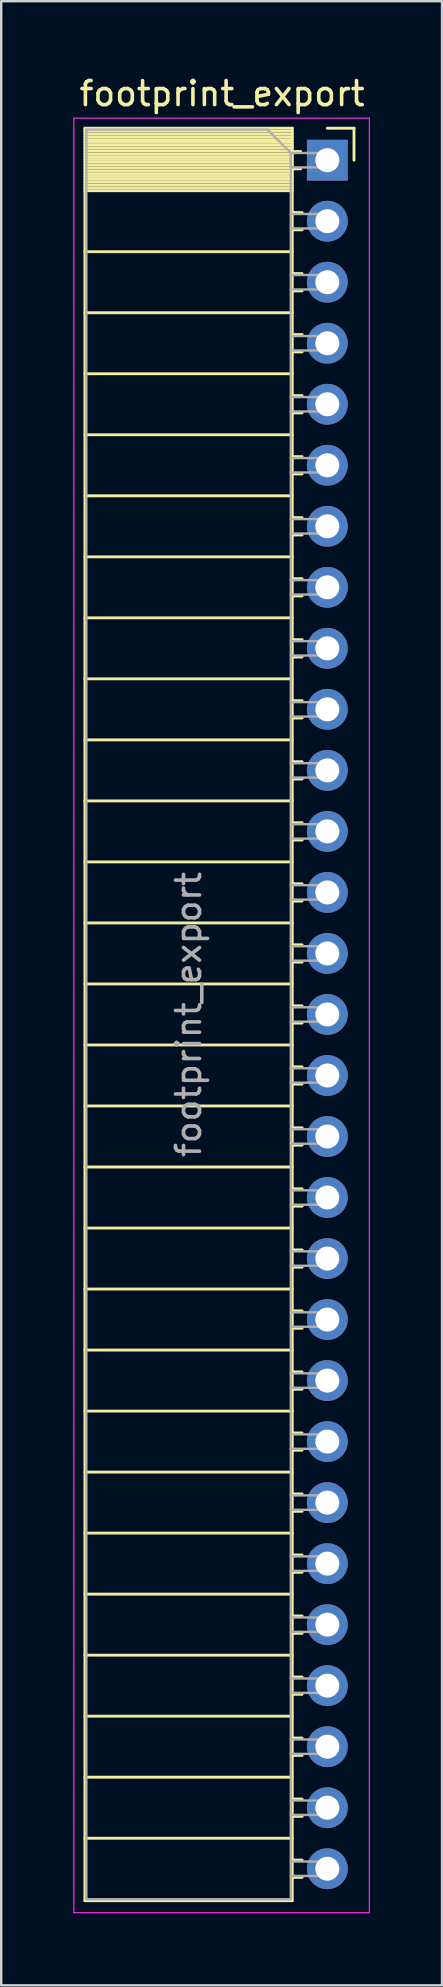
<source format=kicad_pcb>
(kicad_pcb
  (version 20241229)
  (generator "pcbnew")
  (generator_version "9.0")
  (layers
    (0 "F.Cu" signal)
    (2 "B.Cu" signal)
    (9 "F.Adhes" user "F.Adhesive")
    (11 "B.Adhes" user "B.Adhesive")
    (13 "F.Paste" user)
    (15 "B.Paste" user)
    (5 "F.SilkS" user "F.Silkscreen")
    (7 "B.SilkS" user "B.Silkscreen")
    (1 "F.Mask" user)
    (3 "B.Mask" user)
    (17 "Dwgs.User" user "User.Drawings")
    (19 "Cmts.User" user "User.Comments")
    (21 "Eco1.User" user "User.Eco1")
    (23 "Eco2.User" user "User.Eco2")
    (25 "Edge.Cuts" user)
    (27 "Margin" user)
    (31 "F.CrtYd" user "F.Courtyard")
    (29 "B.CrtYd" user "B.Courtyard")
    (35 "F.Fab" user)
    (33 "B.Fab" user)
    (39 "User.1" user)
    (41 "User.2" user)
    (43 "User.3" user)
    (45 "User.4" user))
  (footprint "footprint_export"
    (layer "F.Cu")
    (at 10.575 3.618)
    (property "Reference" "footprint_export" (at -4.38 -2.77 0) (layer "F.SilkS") (effects (font (size 1 1) (thickness 0.15))))
    (attr through_hole)
    (fp_line (start -10.09 -1.33) (end -10.09 72.45) (stroke (width 0.12) (type solid)) (layer "F.SilkS"))
    (fp_line (start -10.09 -1.33) (end -1.46 -1.33) (stroke (width 0.12) (type solid)) (layer "F.SilkS"))
    (fp_line (start -10.09 -1.21) (end -1.46 -1.21) (stroke (width 0.12) (type solid)) (layer "F.SilkS"))
    (fp_line (start -10.09 -1.092) (end -1.46 -1.092) (stroke (width 0.12) (type solid)) (layer "F.SilkS"))
    (fp_line (start -10.09 -0.974) (end -1.46 -0.974) (stroke (width 0.12) (type solid)) (layer "F.SilkS"))
    (fp_line (start -10.09 -0.856) (end -1.46 -0.856) (stroke (width 0.12) (type solid)) (layer "F.SilkS"))
    (fp_line (start -10.09 -0.738) (end -1.46 -0.738) (stroke (width 0.12) (type solid)) (layer "F.SilkS"))
    (fp_line (start -10.09 -0.62) (end -1.46 -0.62) (stroke (width 0.12) (type solid)) (layer "F.SilkS"))
    (fp_line (start -10.09 -0.501) (end -1.46 -0.501) (stroke (width 0.12) (type solid)) (layer "F.SilkS"))
    (fp_line (start -10.09 -0.383) (end -1.46 -0.383) (stroke (width 0.12) (type solid)) (layer "F.SilkS"))
    (fp_line (start -10.09 -0.265) (end -1.46 -0.265) (stroke (width 0.12) (type solid)) (layer "F.SilkS"))
    (fp_line (start -10.09 -0.147) (end -1.46 -0.147) (stroke (width 0.12) (type solid)) (layer "F.SilkS"))
    (fp_line (start -10.09 -0.029) (end -1.46 -0.029) (stroke (width 0.12) (type solid)) (layer "F.SilkS"))
    (fp_line (start -10.09 0.089) (end -1.46 0.089) (stroke (width 0.12) (type solid)) (layer "F.SilkS"))
    (fp_line (start -10.09 0.207) (end -1.46 0.207) (stroke (width 0.12) (type solid)) (layer "F.SilkS"))
    (fp_line (start -10.09 0.325) (end -1.46 0.325) (stroke (width 0.12) (type solid)) (layer "F.SilkS"))
    (fp_line (start -10.09 0.443) (end -1.46 0.443) (stroke (width 0.12) (type solid)) (layer "F.SilkS"))
    (fp_line (start -10.09 0.561) (end -1.46 0.561) (stroke (width 0.12) (type solid)) (layer "F.SilkS"))
    (fp_line (start -10.09 0.68) (end -1.46 0.68) (stroke (width 0.12) (type solid)) (layer "F.SilkS"))
    (fp_line (start -10.09 0.798) (end -1.46 0.798) (stroke (width 0.12) (type solid)) (layer "F.SilkS"))
    (fp_line (start -10.09 0.916) (end -1.46 0.916) (stroke (width 0.12) (type solid)) (layer "F.SilkS"))
    (fp_line (start -10.09 1.034) (end -1.46 1.034) (stroke (width 0.12) (type solid)) (layer "F.SilkS"))
    (fp_line (start -10.09 1.152) (end -1.46 1.152) (stroke (width 0.12) (type solid)) (layer "F.SilkS"))
    (fp_line (start -10.09 1.27) (end -1.46 1.27) (stroke (width 0.12) (type solid)) (layer "F.SilkS"))
    (fp_line (start -10.09 3.81) (end -1.46 3.81) (stroke (width 0.12) (type solid)) (layer "F.SilkS"))
    (fp_line (start -10.09 6.35) (end -1.46 6.35) (stroke (width 0.12) (type solid)) (layer "F.SilkS"))
    (fp_line (start -10.09 8.89) (end -1.46 8.89) (stroke (width 0.12) (type solid)) (layer "F.SilkS"))
    (fp_line (start -10.09 11.43) (end -1.46 11.43) (stroke (width 0.12) (type solid)) (layer "F.SilkS"))
    (fp_line (start -10.09 13.97) (end -1.46 13.97) (stroke (width 0.12) (type solid)) (layer "F.SilkS"))
    (fp_line (start -10.09 16.51) (end -1.46 16.51) (stroke (width 0.12) (type solid)) (layer "F.SilkS"))
    (fp_line (start -10.09 19.05) (end -1.46 19.05) (stroke (width 0.12) (type solid)) (layer "F.SilkS"))
    (fp_line (start -10.09 21.59) (end -1.46 21.59) (stroke (width 0.12) (type solid)) (layer "F.SilkS"))
    (fp_line (start -10.09 24.13) (end -1.46 24.13) (stroke (width 0.12) (type solid)) (layer "F.SilkS"))
    (fp_line (start -10.09 26.67) (end -1.46 26.67) (stroke (width 0.12) (type solid)) (layer "F.SilkS"))
    (fp_line (start -10.09 29.21) (end -1.46 29.21) (stroke (width 0.12) (type solid)) (layer "F.SilkS"))
    (fp_line (start -10.09 31.75) (end -1.46 31.75) (stroke (width 0.12) (type solid)) (layer "F.SilkS"))
    (fp_line (start -10.09 34.29) (end -1.46 34.29) (stroke (width 0.12) (type solid)) (layer "F.SilkS"))
    (fp_line (start -10.09 36.83) (end -1.46 36.83) (stroke (width 0.12) (type solid)) (layer "F.SilkS"))
    (fp_line (start -10.09 39.37) (end -1.46 39.37) (stroke (width 0.12) (type solid)) (layer "F.SilkS"))
    (fp_line (start -10.09 41.91) (end -1.46 41.91) (stroke (width 0.12) (type solid)) (layer "F.SilkS"))
    (fp_line (start -10.09 44.45) (end -1.46 44.45) (stroke (width 0.12) (type solid)) (layer "F.SilkS"))
    (fp_line (start -10.09 46.99) (end -1.46 46.99) (stroke (width 0.12) (type solid)) (layer "F.SilkS"))
    (fp_line (start -10.09 49.53) (end -1.46 49.53) (stroke (width 0.12) (type solid)) (layer "F.SilkS"))
    (fp_line (start -10.09 52.07) (end -1.46 52.07) (stroke (width 0.12) (type solid)) (layer "F.SilkS"))
    (fp_line (start -10.09 54.61) (end -1.46 54.61) (stroke (width 0.12) (type solid)) (layer "F.SilkS"))
    (fp_line (start -10.09 57.15) (end -1.46 57.15) (stroke (width 0.12) (type solid)) (layer "F.SilkS"))
    (fp_line (start -10.09 59.69) (end -1.46 59.69) (stroke (width 0.12) (type solid)) (layer "F.SilkS"))
    (fp_line (start -10.09 62.23) (end -1.46 62.23) (stroke (width 0.12) (type solid)) (layer "F.SilkS"))
    (fp_line (start -10.09 64.77) (end -1.46 64.77) (stroke (width 0.12) (type solid)) (layer "F.SilkS"))
    (fp_line (start -10.09 67.31) (end -1.46 67.31) (stroke (width 0.12) (type solid)) (layer "F.SilkS"))
    (fp_line (start -10.09 69.85) (end -1.46 69.85) (stroke (width 0.12) (type solid)) (layer "F.SilkS"))
    (fp_line (start -10.09 72.45) (end -1.46 72.45) (stroke (width 0.12) (type solid)) (layer "F.SilkS"))
    (fp_line (start -1.46 -1.33) (end -1.46 72.45) (stroke (width 0.12) (type solid)) (layer "F.SilkS"))
    (fp_line (start -1.46 -0.36) (end -1.11 -0.36) (stroke (width 0.12) (type solid)) (layer "F.SilkS"))
    (fp_line (start -1.46 0.36) (end -1.11 0.36) (stroke (width 0.12) (type solid)) (layer "F.SilkS"))
    (fp_line (start -1.46 2.18) (end -1.05 2.18) (stroke (width 0.12) (type solid)) (layer "F.SilkS"))
    (fp_line (start -1.46 2.9) (end -1.05 2.9) (stroke (width 0.12) (type solid)) (layer "F.SilkS"))
    (fp_line (start -1.46 4.72) (end -1.05 4.72) (stroke (width 0.12) (type solid)) (layer "F.SilkS"))
    (fp_line (start -1.46 5.44) (end -1.05 5.44) (stroke (width 0.12) (type solid)) (layer "F.SilkS"))
    (fp_line (start -1.46 7.26) (end -1.05 7.26) (stroke (width 0.12) (type solid)) (layer "F.SilkS"))
    (fp_line (start -1.46 7.98) (end -1.05 7.98) (stroke (width 0.12) (type solid)) (layer "F.SilkS"))
    (fp_line (start -1.46 9.8) (end -1.05 9.8) (stroke (width 0.12) (type solid)) (layer "F.SilkS"))
    (fp_line (start -1.46 10.52) (end -1.05 10.52) (stroke (width 0.12) (type solid)) (layer "F.SilkS"))
    (fp_line (start -1.46 12.34) (end -1.05 12.34) (stroke (width 0.12) (type solid)) (layer "F.SilkS"))
    (fp_line (start -1.46 13.06) (end -1.05 13.06) (stroke (width 0.12) (type solid)) (layer "F.SilkS"))
    (fp_line (start -1.46 14.88) (end -1.05 14.88) (stroke (width 0.12) (type solid)) (layer "F.SilkS"))
    (fp_line (start -1.46 15.6) (end -1.05 15.6) (stroke (width 0.12) (type solid)) (layer "F.SilkS"))
    (fp_line (start -1.46 17.42) (end -1.05 17.42) (stroke (width 0.12) (type solid)) (layer "F.SilkS"))
    (fp_line (start -1.46 18.14) (end -1.05 18.14) (stroke (width 0.12) (type solid)) (layer "F.SilkS"))
    (fp_line (start -1.46 19.96) (end -1.05 19.96) (stroke (width 0.12) (type solid)) (layer "F.SilkS"))
    (fp_line (start -1.46 20.68) (end -1.05 20.68) (stroke (width 0.12) (type solid)) (layer "F.SilkS"))
    (fp_line (start -1.46 22.5) (end -1.05 22.5) (stroke (width 0.12) (type solid)) (layer "F.SilkS"))
    (fp_line (start -1.46 23.22) (end -1.05 23.22) (stroke (width 0.12) (type solid)) (layer "F.SilkS"))
    (fp_line (start -1.46 25.04) (end -1.05 25.04) (stroke (width 0.12) (type solid)) (layer "F.SilkS"))
    (fp_line (start -1.46 25.76) (end -1.05 25.76) (stroke (width 0.12) (type solid)) (layer "F.SilkS"))
    (fp_line (start -1.46 27.58) (end -1.05 27.58) (stroke (width 0.12) (type solid)) (layer "F.SilkS"))
    (fp_line (start -1.46 28.3) (end -1.05 28.3) (stroke (width 0.12) (type solid)) (layer "F.SilkS"))
    (fp_line (start -1.46 30.12) (end -1.05 30.12) (stroke (width 0.12) (type solid)) (layer "F.SilkS"))
    (fp_line (start -1.46 30.84) (end -1.05 30.84) (stroke (width 0.12) (type solid)) (layer "F.SilkS"))
    (fp_line (start -1.46 32.66) (end -1.05 32.66) (stroke (width 0.12) (type solid)) (layer "F.SilkS"))
    (fp_line (start -1.46 33.38) (end -1.05 33.38) (stroke (width 0.12) (type solid)) (layer "F.SilkS"))
    (fp_line (start -1.46 35.2) (end -1.05 35.2) (stroke (width 0.12) (type solid)) (layer "F.SilkS"))
    (fp_line (start -1.46 35.92) (end -1.05 35.92) (stroke (width 0.12) (type solid)) (layer "F.SilkS"))
    (fp_line (start -1.46 37.74) (end -1.05 37.74) (stroke (width 0.12) (type solid)) (layer "F.SilkS"))
    (fp_line (start -1.46 38.46) (end -1.05 38.46) (stroke (width 0.12) (type solid)) (layer "F.SilkS"))
    (fp_line (start -1.46 40.28) (end -1.05 40.28) (stroke (width 0.12) (type solid)) (layer "F.SilkS"))
    (fp_line (start -1.46 41) (end -1.05 41) (stroke (width 0.12) (type solid)) (layer "F.SilkS"))
    (fp_line (start -1.46 42.82) (end -1.05 42.82) (stroke (width 0.12) (type solid)) (layer "F.SilkS"))
    (fp_line (start -1.46 43.54) (end -1.05 43.54) (stroke (width 0.12) (type solid)) (layer "F.SilkS"))
    (fp_line (start -1.46 45.36) (end -1.05 45.36) (stroke (width 0.12) (type solid)) (layer "F.SilkS"))
    (fp_line (start -1.46 46.08) (end -1.05 46.08) (stroke (width 0.12) (type solid)) (layer "F.SilkS"))
    (fp_line (start -1.46 47.9) (end -1.05 47.9) (stroke (width 0.12) (type solid)) (layer "F.SilkS"))
    (fp_line (start -1.46 48.62) (end -1.05 48.62) (stroke (width 0.12) (type solid)) (layer "F.SilkS"))
    (fp_line (start -1.46 50.44) (end -1.05 50.44) (stroke (width 0.12) (type solid)) (layer "F.SilkS"))
    (fp_line (start -1.46 51.16) (end -1.05 51.16) (stroke (width 0.12) (type solid)) (layer "F.SilkS"))
    (fp_line (start -1.46 52.98) (end -1.05 52.98) (stroke (width 0.12) (type solid)) (layer "F.SilkS"))
    (fp_line (start -1.46 53.7) (end -1.05 53.7) (stroke (width 0.12) (type solid)) (layer "F.SilkS"))
    (fp_line (start -1.46 55.52) (end -1.05 55.52) (stroke (width 0.12) (type solid)) (layer "F.SilkS"))
    (fp_line (start -1.46 56.24) (end -1.05 56.24) (stroke (width 0.12) (type solid)) (layer "F.SilkS"))
    (fp_line (start -1.46 58.06) (end -1.05 58.06) (stroke (width 0.12) (type solid)) (layer "F.SilkS"))
    (fp_line (start -1.46 58.78) (end -1.05 58.78) (stroke (width 0.12) (type solid)) (layer "F.SilkS"))
    (fp_line (start -1.46 60.6) (end -1.05 60.6) (stroke (width 0.12) (type solid)) (layer "F.SilkS"))
    (fp_line (start -1.46 61.32) (end -1.05 61.32) (stroke (width 0.12) (type solid)) (layer "F.SilkS"))
    (fp_line (start -1.46 63.14) (end -1.05 63.14) (stroke (width 0.12) (type solid)) (layer "F.SilkS"))
    (fp_line (start -1.46 63.86) (end -1.05 63.86) (stroke (width 0.12) (type solid)) (layer "F.SilkS"))
    (fp_line (start -1.46 65.68) (end -1.05 65.68) (stroke (width 0.12) (type solid)) (layer "F.SilkS"))
    (fp_line (start -1.46 66.4) (end -1.05 66.4) (stroke (width 0.12) (type solid)) (layer "F.SilkS"))
    (fp_line (start -1.46 68.22) (end -1.05 68.22) (stroke (width 0.12) (type solid)) (layer "F.SilkS"))
    (fp_line (start -1.46 68.94) (end -1.05 68.94) (stroke (width 0.12) (type solid)) (layer "F.SilkS"))
    (fp_line (start -1.46 70.76) (end -1.05 70.76) (stroke (width 0.12) (type solid)) (layer "F.SilkS"))
    (fp_line (start -1.46 71.48) (end -1.05 71.48) (stroke (width 0.12) (type solid)) (layer "F.SilkS"))
    (fp_line (start 0 -1.33) (end 1.11 -1.33) (stroke (width 0.12) (type solid)) (layer "F.SilkS"))
    (fp_line (start 1.11 -1.33) (end 1.11 0) (stroke (width 0.12) (type solid)) (layer "F.SilkS"))
    (fp_line (start -10.55 -1.75) (end -10.55 72.95) (stroke (width 0.05) (type solid)) (layer "F.CrtYd"))
    (fp_line (start -10.55 72.95) (end 1.75 72.95) (stroke (width 0.05) (type solid)) (layer "F.CrtYd"))
    (fp_line (start 1.75 -1.75) (end -10.55 -1.75) (stroke (width 0.05) (type solid)) (layer "F.CrtYd"))
    (fp_line (start 1.75 72.95) (end 1.75 -1.75) (stroke (width 0.05) (type solid)) (layer "F.CrtYd"))
    (fp_line (start -10.03 -1.27) (end -2.49 -1.27) (stroke (width 0.1) (type solid)) (layer "F.Fab"))
    (fp_line (start -10.03 72.39) (end -10.03 -1.27) (stroke (width 0.1) (type solid)) (layer "F.Fab"))
    (fp_line (start -2.49 -1.27) (end -1.52 -0.3) (stroke (width 0.1) (type solid)) (layer "F.Fab"))
    (fp_line (start -1.52 -0.3) (end -1.52 72.39) (stroke (width 0.1) (type solid)) (layer "F.Fab"))
    (fp_line (start -1.52 0.3) (end 0 0.3) (stroke (width 0.1) (type solid)) (layer "F.Fab"))
    (fp_line (start -1.52 2.84) (end 0 2.84) (stroke (width 0.1) (type solid)) (layer "F.Fab"))
    (fp_line (start -1.52 5.38) (end 0 5.38) (stroke (width 0.1) (type solid)) (layer "F.Fab"))
    (fp_line (start -1.52 7.92) (end 0 7.92) (stroke (width 0.1) (type solid)) (layer "F.Fab"))
    (fp_line (start -1.52 10.46) (end 0 10.46) (stroke (width 0.1) (type solid)) (layer "F.Fab"))
    (fp_line (start -1.52 13) (end 0 13) (stroke (width 0.1) (type solid)) (layer "F.Fab"))
    (fp_line (start -1.52 15.54) (end 0 15.54) (stroke (width 0.1) (type solid)) (layer "F.Fab"))
    (fp_line (start -1.52 18.08) (end 0 18.08) (stroke (width 0.1) (type solid)) (layer "F.Fab"))
    (fp_line (start -1.52 20.62) (end 0 20.62) (stroke (width 0.1) (type solid)) (layer "F.Fab"))
    (fp_line (start -1.52 23.16) (end 0 23.16) (stroke (width 0.1) (type solid)) (layer "F.Fab"))
    (fp_line (start -1.52 25.7) (end 0 25.7) (stroke (width 0.1) (type solid)) (layer "F.Fab"))
    (fp_line (start -1.52 28.24) (end 0 28.24) (stroke (width 0.1) (type solid)) (layer "F.Fab"))
    (fp_line (start -1.52 30.78) (end 0 30.78) (stroke (width 0.1) (type solid)) (layer "F.Fab"))
    (fp_line (start -1.52 33.32) (end 0 33.32) (stroke (width 0.1) (type solid)) (layer "F.Fab"))
    (fp_line (start -1.52 35.86) (end 0 35.86) (stroke (width 0.1) (type solid)) (layer "F.Fab"))
    (fp_line (start -1.52 38.4) (end 0 38.4) (stroke (width 0.1) (type solid)) (layer "F.Fab"))
    (fp_line (start -1.52 40.94) (end 0 40.94) (stroke (width 0.1) (type solid)) (layer "F.Fab"))
    (fp_line (start -1.52 43.48) (end 0 43.48) (stroke (width 0.1) (type solid)) (layer "F.Fab"))
    (fp_line (start -1.52 46.02) (end 0 46.02) (stroke (width 0.1) (type solid)) (layer "F.Fab"))
    (fp_line (start -1.52 48.56) (end 0 48.56) (stroke (width 0.1) (type solid)) (layer "F.Fab"))
    (fp_line (start -1.52 51.1) (end 0 51.1) (stroke (width 0.1) (type solid)) (layer "F.Fab"))
    (fp_line (start -1.52 53.64) (end 0 53.64) (stroke (width 0.1) (type solid)) (layer "F.Fab"))
    (fp_line (start -1.52 56.18) (end 0 56.18) (stroke (width 0.1) (type solid)) (layer "F.Fab"))
    (fp_line (start -1.52 58.72) (end 0 58.72) (stroke (width 0.1) (type solid)) (layer "F.Fab"))
    (fp_line (start -1.52 61.26) (end 0 61.26) (stroke (width 0.1) (type solid)) (layer "F.Fab"))
    (fp_line (start -1.52 63.8) (end 0 63.8) (stroke (width 0.1) (type solid)) (layer "F.Fab"))
    (fp_line (start -1.52 66.34) (end 0 66.34) (stroke (width 0.1) (type solid)) (layer "F.Fab"))
    (fp_line (start -1.52 68.88) (end 0 68.88) (stroke (width 0.1) (type solid)) (layer "F.Fab"))
    (fp_line (start -1.52 71.42) (end 0 71.42) (stroke (width 0.1) (type solid)) (layer "F.Fab"))
    (fp_line (start -1.52 72.39) (end -10.03 72.39) (stroke (width 0.1) (type solid)) (layer "F.Fab"))
    (fp_line (start 0 -0.3) (end -1.52 -0.3) (stroke (width 0.1) (type solid)) (layer "F.Fab"))
    (fp_line (start 0 0.3) (end 0 -0.3) (stroke (width 0.1) (type solid)) (layer "F.Fab"))
    (fp_line (start 0 2.24) (end -1.52 2.24) (stroke (width 0.1) (type solid)) (layer "F.Fab"))
    (fp_line (start 0 2.84) (end 0 2.24) (stroke (width 0.1) (type solid)) (layer "F.Fab"))
    (fp_line (start 0 4.78) (end -1.52 4.78) (stroke (width 0.1) (type solid)) (layer "F.Fab"))
    (fp_line (start 0 5.38) (end 0 4.78) (stroke (width 0.1) (type solid)) (layer "F.Fab"))
    (fp_line (start 0 7.32) (end -1.52 7.32) (stroke (width 0.1) (type solid)) (layer "F.Fab"))
    (fp_line (start 0 7.92) (end 0 7.32) (stroke (width 0.1) (type solid)) (layer "F.Fab"))
    (fp_line (start 0 9.86) (end -1.52 9.86) (stroke (width 0.1) (type solid)) (layer "F.Fab"))
    (fp_line (start 0 10.46) (end 0 9.86) (stroke (width 0.1) (type solid)) (layer "F.Fab"))
    (fp_line (start 0 12.4) (end -1.52 12.4) (stroke (width 0.1) (type solid)) (layer "F.Fab"))
    (fp_line (start 0 13) (end 0 12.4) (stroke (width 0.1) (type solid)) (layer "F.Fab"))
    (fp_line (start 0 14.94) (end -1.52 14.94) (stroke (width 0.1) (type solid)) (layer "F.Fab"))
    (fp_line (start 0 15.54) (end 0 14.94) (stroke (width 0.1) (type solid)) (layer "F.Fab"))
    (fp_line (start 0 17.48) (end -1.52 17.48) (stroke (width 0.1) (type solid)) (layer "F.Fab"))
    (fp_line (start 0 18.08) (end 0 17.48) (stroke (width 0.1) (type solid)) (layer "F.Fab"))
    (fp_line (start 0 20.02) (end -1.52 20.02) (stroke (width 0.1) (type solid)) (layer "F.Fab"))
    (fp_line (start 0 20.62) (end 0 20.02) (stroke (width 0.1) (type solid)) (layer "F.Fab"))
    (fp_line (start 0 22.56) (end -1.52 22.56) (stroke (width 0.1) (type solid)) (layer "F.Fab"))
    (fp_line (start 0 23.16) (end 0 22.56) (stroke (width 0.1) (type solid)) (layer "F.Fab"))
    (fp_line (start 0 25.1) (end -1.52 25.1) (stroke (width 0.1) (type solid)) (layer "F.Fab"))
    (fp_line (start 0 25.7) (end 0 25.1) (stroke (width 0.1) (type solid)) (layer "F.Fab"))
    (fp_line (start 0 27.64) (end -1.52 27.64) (stroke (width 0.1) (type solid)) (layer "F.Fab"))
    (fp_line (start 0 28.24) (end 0 27.64) (stroke (width 0.1) (type solid)) (layer "F.Fab"))
    (fp_line (start 0 30.18) (end -1.52 30.18) (stroke (width 0.1) (type solid)) (layer "F.Fab"))
    (fp_line (start 0 30.78) (end 0 30.18) (stroke (width 0.1) (type solid)) (layer "F.Fab"))
    (fp_line (start 0 32.72) (end -1.52 32.72) (stroke (width 0.1) (type solid)) (layer "F.Fab"))
    (fp_line (start 0 33.32) (end 0 32.72) (stroke (width 0.1) (type solid)) (layer "F.Fab"))
    (fp_line (start 0 35.26) (end -1.52 35.26) (stroke (width 0.1) (type solid)) (layer "F.Fab"))
    (fp_line (start 0 35.86) (end 0 35.26) (stroke (width 0.1) (type solid)) (layer "F.Fab"))
    (fp_line (start 0 37.8) (end -1.52 37.8) (stroke (width 0.1) (type solid)) (layer "F.Fab"))
    (fp_line (start 0 38.4) (end 0 37.8) (stroke (width 0.1) (type solid)) (layer "F.Fab"))
    (fp_line (start 0 40.34) (end -1.52 40.34) (stroke (width 0.1) (type solid)) (layer "F.Fab"))
    (fp_line (start 0 40.94) (end 0 40.34) (stroke (width 0.1) (type solid)) (layer "F.Fab"))
    (fp_line (start 0 42.88) (end -1.52 42.88) (stroke (width 0.1) (type solid)) (layer "F.Fab"))
    (fp_line (start 0 43.48) (end 0 42.88) (stroke (width 0.1) (type solid)) (layer "F.Fab"))
    (fp_line (start 0 45.42) (end -1.52 45.42) (stroke (width 0.1) (type solid)) (layer "F.Fab"))
    (fp_line (start 0 46.02) (end 0 45.42) (stroke (width 0.1) (type solid)) (layer "F.Fab"))
    (fp_line (start 0 47.96) (end -1.52 47.96) (stroke (width 0.1) (type solid)) (layer "F.Fab"))
    (fp_line (start 0 48.56) (end 0 47.96) (stroke (width 0.1) (type solid)) (layer "F.Fab"))
    (fp_line (start 0 50.5) (end -1.52 50.5) (stroke (width 0.1) (type solid)) (layer "F.Fab"))
    (fp_line (start 0 51.1) (end 0 50.5) (stroke (width 0.1) (type solid)) (layer "F.Fab"))
    (fp_line (start 0 53.04) (end -1.52 53.04) (stroke (width 0.1) (type solid)) (layer "F.Fab"))
    (fp_line (start 0 53.64) (end 0 53.04) (stroke (width 0.1) (type solid)) (layer "F.Fab"))
    (fp_line (start 0 55.58) (end -1.52 55.58) (stroke (width 0.1) (type solid)) (layer "F.Fab"))
    (fp_line (start 0 56.18) (end 0 55.58) (stroke (width 0.1) (type solid)) (layer "F.Fab"))
    (fp_line (start 0 58.12) (end -1.52 58.12) (stroke (width 0.1) (type solid)) (layer "F.Fab"))
    (fp_line (start 0 58.72) (end 0 58.12) (stroke (width 0.1) (type solid)) (layer "F.Fab"))
    (fp_line (start 0 60.66) (end -1.52 60.66) (stroke (width 0.1) (type solid)) (layer "F.Fab"))
    (fp_line (start 0 61.26) (end 0 60.66) (stroke (width 0.1) (type solid)) (layer "F.Fab"))
    (fp_line (start 0 63.2) (end -1.52 63.2) (stroke (width 0.1) (type solid)) (layer "F.Fab"))
    (fp_line (start 0 63.8) (end 0 63.2) (stroke (width 0.1) (type solid)) (layer "F.Fab"))
    (fp_line (start 0 65.74) (end -1.52 65.74) (stroke (width 0.1) (type solid)) (layer "F.Fab"))
    (fp_line (start 0 66.34) (end 0 65.74) (stroke (width 0.1) (type solid)) (layer "F.Fab"))
    (fp_line (start 0 68.28) (end -1.52 68.28) (stroke (width 0.1) (type solid)) (layer "F.Fab"))
    (fp_line (start 0 68.88) (end 0 68.28) (stroke (width 0.1) (type solid)) (layer "F.Fab"))
    (fp_line (start 0 70.82) (end -1.52 70.82) (stroke (width 0.1) (type solid)) (layer "F.Fab"))
    (fp_line (start 0 71.42) (end 0 70.82) (stroke (width 0.1) (type solid)) (layer "F.Fab"))
    (fp_text user "${REFERENCE}" (at -5.775 35.56 90) (layer "F.Fab") (effects (font (size 1 1) (thickness 0.15))))
    (pad "1" thru_hole rect (at 0 0) (size 1.7 1.7) (drill 1) (layers "*.Cu" "*.Mask"))
    (pad "2" thru_hole oval (at 0 2.54) (size 1.7 1.7) (drill 1) (layers "*.Cu" "*.Mask"))
    (pad "3" thru_hole oval (at 0 5.08) (size 1.7 1.7) (drill 1) (layers "*.Cu" "*.Mask"))
    (pad "4" thru_hole oval (at 0 7.62) (size 1.7 1.7) (drill 1) (layers "*.Cu" "*.Mask"))
    (pad "5" thru_hole oval (at 0 10.16) (size 1.7 1.7) (drill 1) (layers "*.Cu" "*.Mask"))
    (pad "6" thru_hole oval (at 0 12.7) (size 1.7 1.7) (drill 1) (layers "*.Cu" "*.Mask"))
    (pad "7" thru_hole oval (at 0 15.24) (size 1.7 1.7) (drill 1) (layers "*.Cu" "*.Mask"))
    (pad "8" thru_hole oval (at 0 17.78) (size 1.7 1.7) (drill 1) (layers "*.Cu" "*.Mask"))
    (pad "9" thru_hole oval (at 0 20.32) (size 1.7 1.7) (drill 1) (layers "*.Cu" "*.Mask"))
    (pad "10" thru_hole oval (at 0 22.86) (size 1.7 1.7) (drill 1) (layers "*.Cu" "*.Mask"))
    (pad "11" thru_hole oval (at 0 25.4) (size 1.7 1.7) (drill 1) (layers "*.Cu" "*.Mask"))
    (pad "12" thru_hole oval (at 0 27.94) (size 1.7 1.7) (drill 1) (layers "*.Cu" "*.Mask"))
    (pad "13" thru_hole oval (at 0 30.48) (size 1.7 1.7) (drill 1) (layers "*.Cu" "*.Mask"))
    (pad "14" thru_hole oval (at 0 33.02) (size 1.7 1.7) (drill 1) (layers "*.Cu" "*.Mask"))
    (pad "15" thru_hole oval (at 0 35.56) (size 1.7 1.7) (drill 1) (layers "*.Cu" "*.Mask"))
    (pad "16" thru_hole oval (at 0 38.1) (size 1.7 1.7) (drill 1) (layers "*.Cu" "*.Mask"))
    (pad "17" thru_hole oval (at 0 40.64) (size 1.7 1.7) (drill 1) (layers "*.Cu" "*.Mask"))
    (pad "18" thru_hole oval (at 0 43.18) (size 1.7 1.7) (drill 1) (layers "*.Cu" "*.Mask"))
    (pad "19" thru_hole oval (at 0 45.72) (size 1.7 1.7) (drill 1) (layers "*.Cu" "*.Mask"))
    (pad "20" thru_hole oval (at 0 48.26) (size 1.7 1.7) (drill 1) (layers "*.Cu" "*.Mask"))
    (pad "21" thru_hole oval (at 0 50.8) (size 1.7 1.7) (drill 1) (layers "*.Cu" "*.Mask"))
    (pad "22" thru_hole oval (at 0 53.34) (size 1.7 1.7) (drill 1) (layers "*.Cu" "*.Mask"))
    (pad "23" thru_hole oval (at 0 55.88) (size 1.7 1.7) (drill 1) (layers "*.Cu" "*.Mask"))
    (pad "24" thru_hole oval (at 0 58.42) (size 1.7 1.7) (drill 1) (layers "*.Cu" "*.Mask"))
    (pad "25" thru_hole oval (at 0 60.96) (size 1.7 1.7) (drill 1) (layers "*.Cu" "*.Mask"))
    (pad "26" thru_hole oval (at 0 63.5) (size 1.7 1.7) (drill 1) (layers "*.Cu" "*.Mask"))
    (pad "27" thru_hole oval (at 0 66.04) (size 1.7 1.7) (drill 1) (layers "*.Cu" "*.Mask"))
    (pad "28" thru_hole oval (at 0 68.58) (size 1.7 1.7) (drill 1) (layers "*.Cu" "*.Mask"))
    (pad "29" thru_hole oval (at 0 71.12) (size 1.7 1.7) (drill 1) (layers "*.Cu" "*.Mask")))
  (gr_rect
    (start -3 -3)
    (end 15.35 79.593)
    (stroke (width 0.1) (type default))
    (fill no)
    (layer "Edge.Cuts")))
</source>
